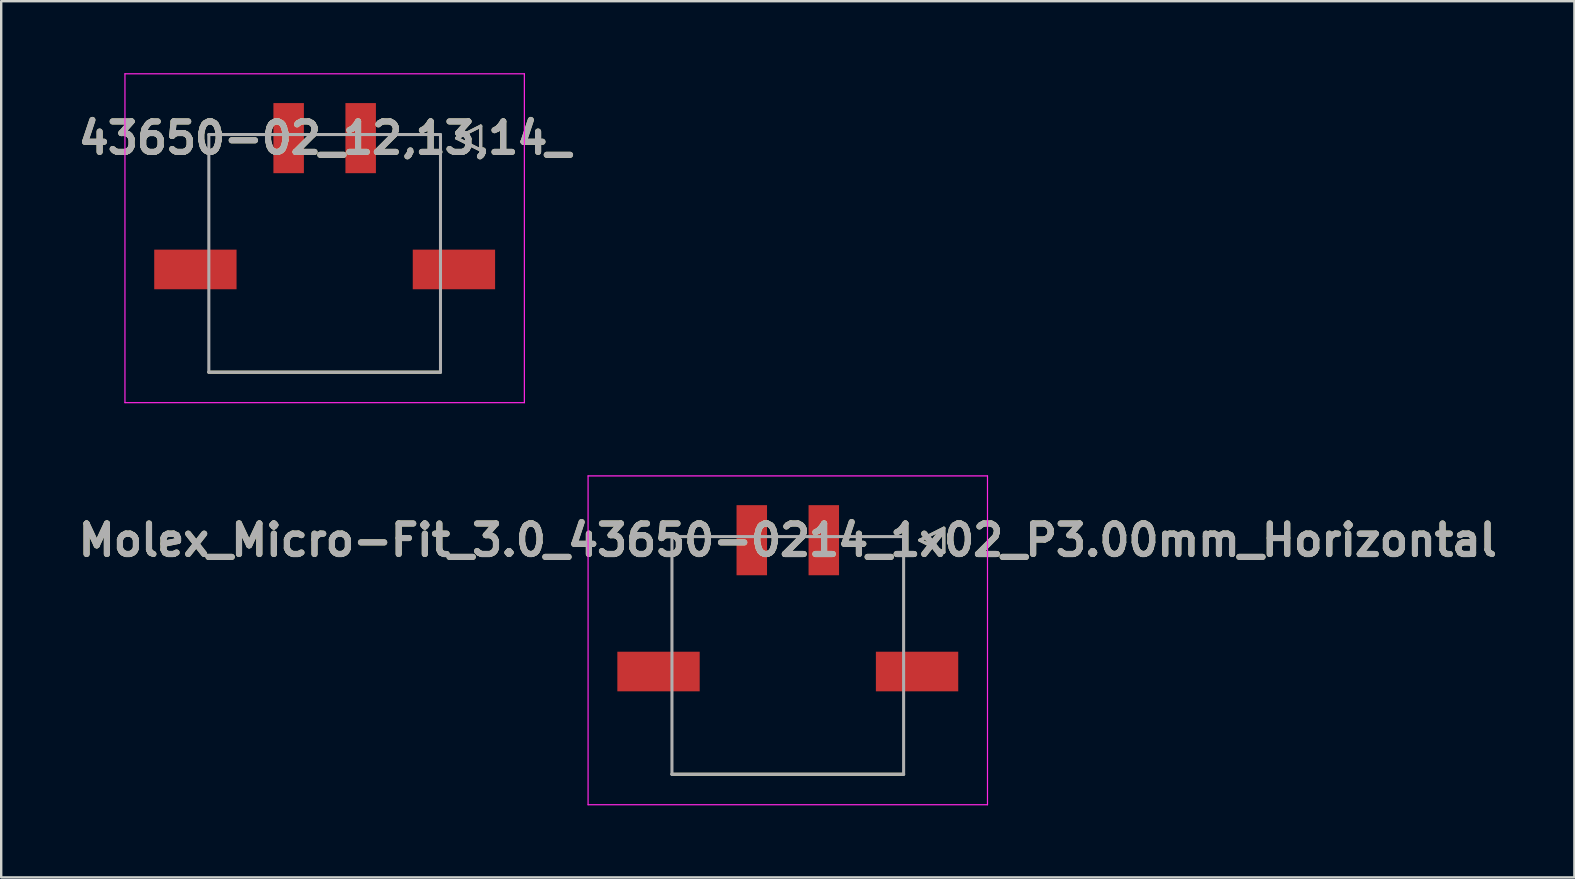
<source format=kicad_pcb>
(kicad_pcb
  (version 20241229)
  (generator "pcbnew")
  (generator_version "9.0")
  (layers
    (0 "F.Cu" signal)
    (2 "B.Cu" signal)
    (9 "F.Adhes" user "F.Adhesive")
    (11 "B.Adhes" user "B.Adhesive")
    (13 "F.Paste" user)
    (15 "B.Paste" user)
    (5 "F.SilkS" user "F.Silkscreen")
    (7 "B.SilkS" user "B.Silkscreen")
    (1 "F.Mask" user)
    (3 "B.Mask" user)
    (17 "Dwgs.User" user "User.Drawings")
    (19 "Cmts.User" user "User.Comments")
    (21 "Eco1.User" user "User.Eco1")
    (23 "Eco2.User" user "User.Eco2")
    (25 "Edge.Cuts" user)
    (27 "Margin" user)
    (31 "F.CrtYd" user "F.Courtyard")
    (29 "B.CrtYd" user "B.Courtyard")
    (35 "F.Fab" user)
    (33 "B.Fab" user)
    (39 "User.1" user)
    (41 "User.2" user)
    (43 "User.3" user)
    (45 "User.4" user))
  (footprint "Molex_Micro-Fit_3.0_43650-0214_1x02_P3.00mm_Horizontal"
    (layer "F.Cu")
    (at 29.766 19.453)
    (property "Reference" "Molex_Micro-Fit_3.0_43650-0214_1x02_P3.00mm_Horizontal" (at 0 0 0) (layer "F.SilkS") (effects (font (size 1.27 1.27) (thickness 0.254))))
    (attr smd)
    (fp_line (start 4.825 9.75) (end -4.825 9.75) (stroke (width 0.127) (type solid)) (layer "F.SilkS"))
    (fp_line (start 5.5 0) (end 6.5 -0.5) (stroke (width 0.127) (type solid)) (layer "F.SilkS"))
    (fp_line (start 6.5 -0.5) (end 6.5 0.5) (stroke (width 0.127) (type solid)) (layer "F.SilkS"))
    (fp_line (start 6.5 0.5) (end 5.5 0) (stroke (width 0.127) (type solid)) (layer "F.SilkS"))
    (fp_line (start -8.319 -2.679) (end 8.319 -2.679) (stroke (width 0.05) (type solid)) (layer "F.CrtYd"))
    (fp_line (start -8.319 11.02) (end -8.319 -2.679) (stroke (width 0.05) (type solid)) (layer "F.CrtYd"))
    (fp_line (start 8.319 -2.679) (end 8.319 11.02) (stroke (width 0.05) (type solid)) (layer "F.CrtYd"))
    (fp_line (start 8.319 11.02) (end -8.319 11.02) (stroke (width 0.05) (type solid)) (layer "F.CrtYd"))
    (fp_line (start -4.825 -0.15) (end 4.825 -0.15) (stroke (width 0.127) (type solid)) (layer "F.Fab"))
    (fp_line (start -4.825 9.75) (end -4.825 -0.15) (stroke (width 0.127) (type solid)) (layer "F.Fab"))
    (fp_line (start 4.825 -0.15) (end 4.825 9.75) (stroke (width 0.127) (type solid)) (layer "F.Fab"))
    (fp_line (start 4.825 9.75) (end -4.825 9.75) (stroke (width 0.127) (type solid)) (layer "F.Fab"))
    (fp_line (start 5.5 0) (end 6.5 -0.5) (stroke (width 0.127) (type solid)) (layer "F.Fab"))
    (fp_line (start 6.5 -0.5) (end 6.5 0.5) (stroke (width 0.127) (type solid)) (layer "F.Fab"))
    (fp_line (start 6.5 0.5) (end 5.5 0) (stroke (width 0.127) (type solid)) (layer "F.Fab"))
    (fp_text user "${REFERENCE}" (at 0 0 0) (layer "F.Fab") (effects (font (size 1.27 1.27) (thickness 0.254))))
    (pad "1" smd rect (at 1.5 0) (size 1.27 2.92) (layers "F.Cu" "F.Mask" "F.Paste"))
    (pad "2" smd rect (at -1.5 0) (size 1.27 2.92) (layers "F.Cu" "F.Mask" "F.Paste"))
    (pad "3" smd rect (at 5.385 5.47 90) (size 1.65 3.43) (layers "F.Cu" "F.Mask" "F.Paste"))
    (pad "4" smd rect (at -5.385 5.47 90) (size 1.65 3.43) (layers "F.Cu" "F.Mask" "F.Paste")))
  (footprint "43650-02_12,13,14_"
    (layer "F.Cu")
    (at 10.474 2.704)
    (property "Reference" "43650-02_12,13,14_" (at 0 0 0) (layer "F.SilkS") (effects (font (size 1.27 1.27) (thickness 0.254))))
    (attr smd)
    (fp_line (start 4.825 9.75) (end -4.825 9.75) (stroke (width 0.127) (type solid)) (layer "F.SilkS"))
    (fp_line (start 5.5 0) (end 6.5 -0.5) (stroke (width 0.127) (type solid)) (layer "F.SilkS"))
    (fp_line (start 6.5 -0.5) (end 6.5 0.5) (stroke (width 0.127) (type solid)) (layer "F.SilkS"))
    (fp_line (start 6.5 0.5) (end 5.5 0) (stroke (width 0.127) (type solid)) (layer "F.SilkS"))
    (fp_line (start -8.319 -2.679) (end 8.319 -2.679) (stroke (width 0.05) (type solid)) (layer "F.CrtYd"))
    (fp_line (start -8.319 11.02) (end -8.319 -2.679) (stroke (width 0.05) (type solid)) (layer "F.CrtYd"))
    (fp_line (start 8.319 -2.679) (end 8.319 11.02) (stroke (width 0.05) (type solid)) (layer "F.CrtYd"))
    (fp_line (start 8.319 11.02) (end -8.319 11.02) (stroke (width 0.05) (type solid)) (layer "F.CrtYd"))
    (fp_line (start -4.825 -0.15) (end 4.825 -0.15) (stroke (width 0.127) (type solid)) (layer "F.Fab"))
    (fp_line (start -4.825 9.75) (end -4.825 -0.15) (stroke (width 0.127) (type solid)) (layer "F.Fab"))
    (fp_line (start 4.825 -0.15) (end 4.825 9.75) (stroke (width 0.127) (type solid)) (layer "F.Fab"))
    (fp_line (start 4.825 9.75) (end -4.825 9.75) (stroke (width 0.127) (type solid)) (layer "F.Fab"))
    (fp_line (start 5.5 0) (end 6.5 -0.5) (stroke (width 0.127) (type solid)) (layer "F.Fab"))
    (fp_line (start 6.5 -0.5) (end 6.5 0.5) (stroke (width 0.127) (type solid)) (layer "F.Fab"))
    (fp_line (start 6.5 0.5) (end 5.5 0) (stroke (width 0.127) (type solid)) (layer "F.Fab"))
    (fp_text user "${REFERENCE}" (at 0 0 0) (layer "F.Fab") (effects (font (size 1.27 1.27) (thickness 0.254))))
    (pad "1" smd rect (at 1.5 0) (size 1.27 2.92) (layers "F.Cu" "F.Mask" "F.Paste"))
    (pad "2" smd rect (at -1.5 0) (size 1.27 2.92) (layers "F.Cu" "F.Mask" "F.Paste"))
    (pad "3" smd rect (at 5.385 5.47 90) (size 1.65 3.43) (layers "F.Cu" "F.Mask" "F.Paste"))
    (pad "4" smd rect (at -5.385 5.47 90) (size 1.65 3.43) (layers "F.Cu" "F.Mask" "F.Paste")))
  (gr_rect
    (start -3 -3)
    (end 62.533 33.498)
    (stroke (width 0.1) (type default))
    (fill no)
    (layer "Edge.Cuts")))
</source>
